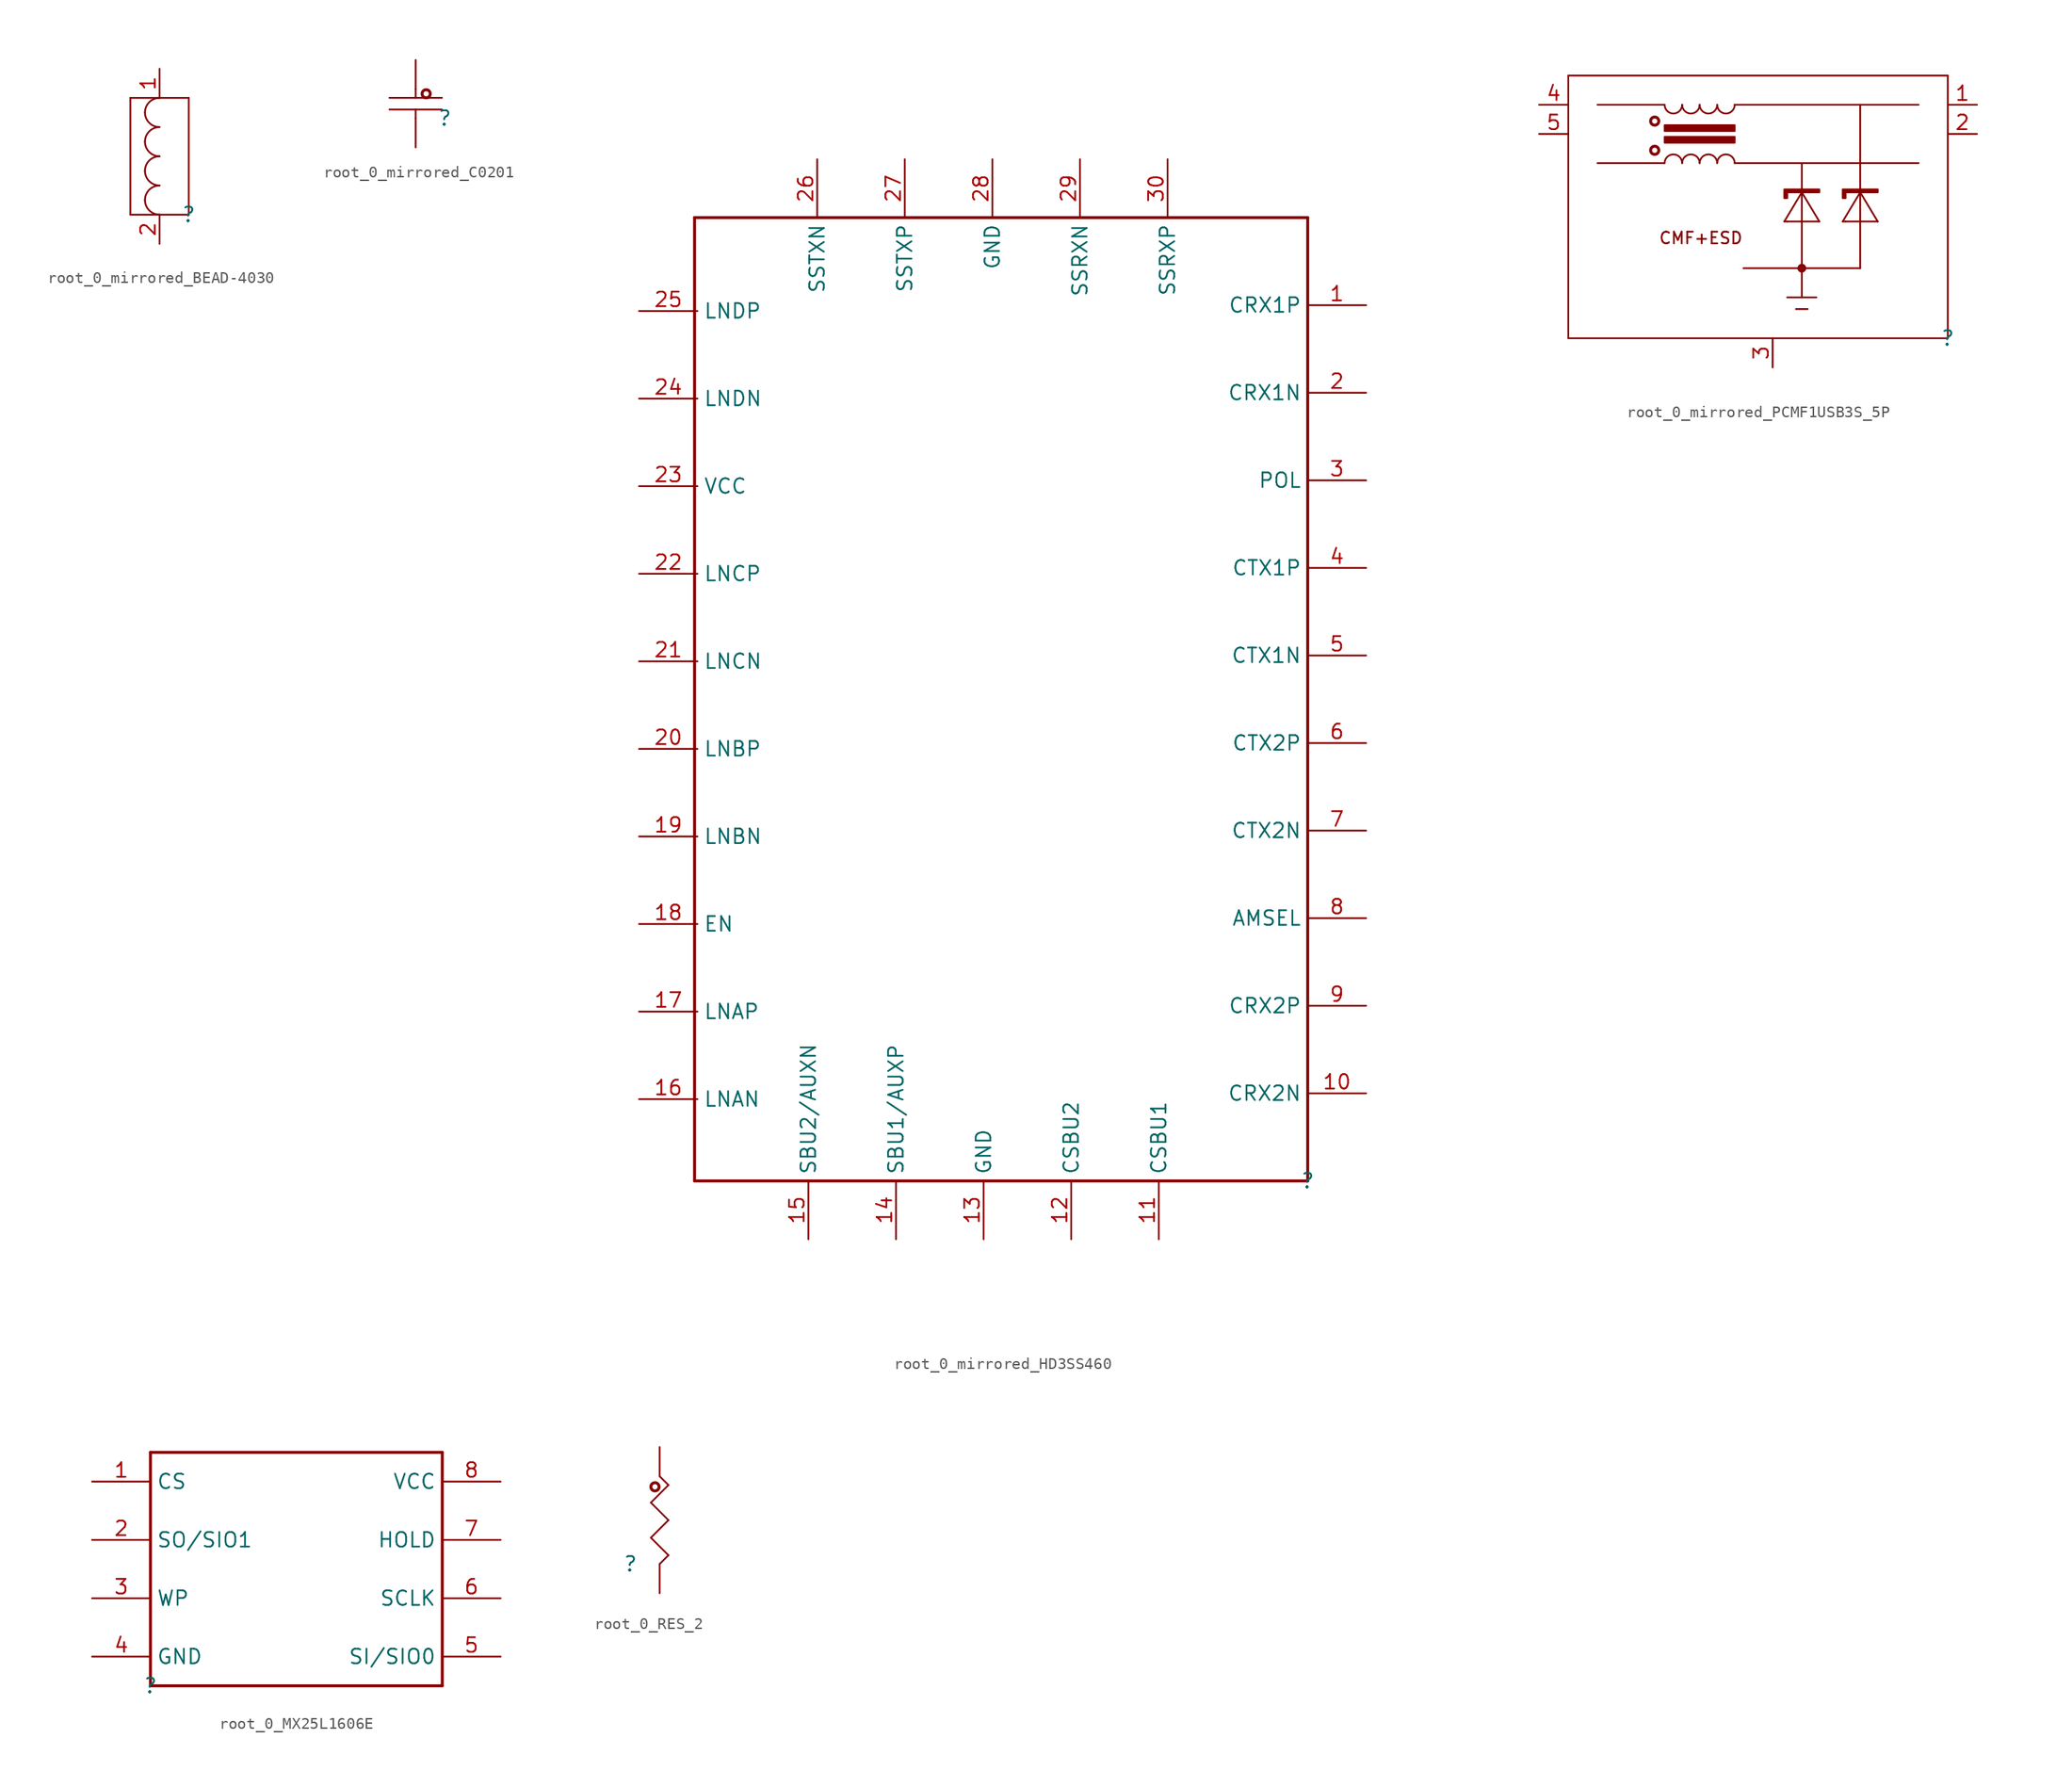
<source format=kicad_sym>
(kicad_symbol_lib
  (version 20220914)
  (generator kicad_symbol_editor)
  (symbol "root_0_mirrored_BEAD-4030"
    (property "Reference" ""
      (at 0 0 0)
      (effects (font (size 1.27 1.27))))
    (property "Value" ""
      (at 0 0 0)
      (effects (font (size 1.27 1.27))))
    (symbol "root_0_mirrored_BEAD-4030_1_0"
      (arc (start -3.81 1.27) (mid -3.438 0.372) (end -2.54 0) (stroke (width 0) (type solid)) (fill (type none)))
      (arc (start -3.81 3.81) (mid -3.438 2.912) (end -2.54 2.54) (stroke (width 0) (type solid)) (fill (type none)))
      (arc (start -3.81 6.35) (mid -3.438 5.452) (end -2.54 5.08) (stroke (width 0) (type solid)) (fill (type none)))
      (arc (start -3.81 8.89) (mid -3.438 7.992) (end -2.54 7.62) (stroke (width 0) (type solid)) (fill (type none)))
      (arc (start -2.54 2.54) (mid -3.438 2.168) (end -3.81 1.27) (stroke (width 0) (type solid)) (fill (type none)))
      (arc (start -2.54 5.08) (mid -3.438 4.708) (end -3.81 3.81) (stroke (width 0) (type solid)) (fill (type none)))
      (arc (start -2.54 7.62) (mid -3.438 7.248) (end -3.81 6.35) (stroke (width 0) (type solid)) (fill (type none)))
      (arc (start -2.54 10.16) (mid -3.438 9.788) (end -3.81 8.89) (stroke (width 0) (type solid)) (fill (type none)))
      (polyline (pts (xy -5.08 0) (xy 0 0)) (stroke (width 0) (type solid)) (fill (type none)))
      (polyline (pts (xy -5.08 10.16) (xy -5.08 0)) (stroke (width 0) (type solid)) (fill (type none)))
      (polyline (pts (xy 0 0) (xy 0 10.16)) (stroke (width 0) (type solid)) (fill (type none)))
      (polyline (pts (xy 0 10.16) (xy -5.08 10.16)) (stroke (width 0) (type solid)) (fill (type none)))
      (pin passive line (at -2.54 12.7 270) (length 2.54) (name "1" (effects (font (size 0 0)))) (number "1" (effects (font (size 1.27 1.27)))))
      (pin passive line (at -2.54 -2.54 90) (length 2.54) (name "2" (effects (font (size 0 0)))) (number "2" (effects (font (size 1.27 1.27)))))))
  (symbol "root_0_mirrored_C0201"
    (property "Reference" ""
      (at 0 0 0)
      (effects (font (size 1.27 1.27))))
    (property "Value" ""
      (at 0 0 0)
      (effects (font (size 1.27 1.27))))
    (symbol "root_0_mirrored_C0201_1_0"
      (circle (center -1.626 2.134) (radius 0.356) (stroke (width 0.254) (type solid)) (fill (type none)))
      (polyline (pts (xy -2.54 0) (xy -2.54 0.762)) (stroke (width 0) (type solid)) (fill (type none)))
      (polyline (pts (xy -2.54 2.54) (xy -2.54 1.778)) (stroke (width 0) (type solid)) (fill (type none)))
      (polyline (pts (xy -0.254 0.762) (xy -4.826 0.762)) (stroke (width 0) (type solid)) (fill (type none)))
      (polyline (pts (xy -0.254 1.778) (xy -4.826 1.778)) (stroke (width 0) (type solid)) (fill (type none)))
      (pin passive line (at -2.54 5.08 270) (length 2.54) (name "1" (effects (font (size 0 0)))) (number "1" (effects (font (size 0 0)))))
      (pin passive line (at -2.54 -2.54 90) (length 2.54) (name "2" (effects (font (size 0 0)))) (number "2" (effects (font (size 0 0)))))))
  (symbol "root_0_mirrored_HD3SS460"
    (property "Reference" ""
      (at 0 0 0)
      (effects (font (size 1.27 1.27))))
    (property "Value" ""
      (at 0 0 0)
      (effects (font (size 1.27 1.27))))
    (symbol "root_0_mirrored_HD3SS460_1_0"
      (polyline (pts (xy -53.34 0) (xy -53.34 83.82)) (stroke (width 0.254) (type solid)) (fill (type none)))
      (polyline (pts (xy -53.34 83.82) (xy 0 83.82)) (stroke (width 0.254) (type solid)) (fill (type none)))
      (polyline (pts (xy 0 0) (xy -53.34 0)) (stroke (width 0.254) (type solid)) (fill (type none)))
      (polyline (pts (xy 0 83.82) (xy 0 0)) (stroke (width 0.254) (type solid)) (fill (type none)))
      (pin passive line (at 5.08 76.2 180) (length 5.08) (name "CRX1P" (effects (font (size 1.27 1.27)))) (number "1" (effects (font (size 1.27 1.27)))))
      (pin passive line (at 5.08 7.62 180) (length 5.08) (name "CRX2N" (effects (font (size 1.27 1.27)))) (number "10" (effects (font (size 1.27 1.27)))))
      (pin passive line (at -12.954 -5.08 90) (length 5.08) (name "CSBU1" (effects (font (size 1.27 1.27)))) (number "11" (effects (font (size 1.27 1.27)))))
      (pin passive line (at -20.574 -5.08 90) (length 5.08) (name "CSBU2" (effects (font (size 1.27 1.27)))) (number "12" (effects (font (size 1.27 1.27)))))
      (pin passive line (at -28.194 -5.08 90) (length 5.08) (name "GND" (effects (font (size 1.27 1.27)))) (number "13" (effects (font (size 1.27 1.27)))))
      (pin passive line (at -35.814 -5.08 90) (length 5.08) (name "SBU1/AUXP" (effects (font (size 1.27 1.27)))) (number "14" (effects (font (size 1.27 1.27)))))
      (pin passive line (at -43.434 -5.08 90) (length 5.08) (name "SBU2/AUXN" (effects (font (size 1.27 1.27)))) (number "15" (effects (font (size 1.27 1.27)))))
      (pin passive line (at -58.166 7.112 0) (length 5.08) (name "LNAN" (effects (font (size 1.27 1.27)))) (number "16" (effects (font (size 1.27 1.27)))))
      (pin passive line (at -58.166 14.732 0) (length 5.08) (name "LNAP" (effects (font (size 1.27 1.27)))) (number "17" (effects (font (size 1.27 1.27)))))
      (pin passive line (at -58.166 22.352 0) (length 5.08) (name "EN" (effects (font (size 1.27 1.27)))) (number "18" (effects (font (size 1.27 1.27)))))
      (pin passive line (at -58.166 29.972 0) (length 5.08) (name "LNBN" (effects (font (size 1.27 1.27)))) (number "19" (effects (font (size 1.27 1.27)))))
      (pin passive line (at 5.08 68.58 180) (length 5.08) (name "CRX1N" (effects (font (size 1.27 1.27)))) (number "2" (effects (font (size 1.27 1.27)))))
      (pin passive line (at -58.166 37.592 0) (length 5.08) (name "LNBP" (effects (font (size 1.27 1.27)))) (number "20" (effects (font (size 1.27 1.27)))))
      (pin passive line (at -58.166 45.212 0) (length 5.08) (name "LNCN" (effects (font (size 1.27 1.27)))) (number "21" (effects (font (size 1.27 1.27)))))
      (pin passive line (at -58.166 52.832 0) (length 5.08) (name "LNCP" (effects (font (size 1.27 1.27)))) (number "22" (effects (font (size 1.27 1.27)))))
      (pin passive line (at -58.166 60.452 0) (length 5.08) (name "VCC" (effects (font (size 1.27 1.27)))) (number "23" (effects (font (size 1.27 1.27)))))
      (pin passive line (at -58.166 68.072 0) (length 5.08) (name "LNDN" (effects (font (size 1.27 1.27)))) (number "24" (effects (font (size 1.27 1.27)))))
      (pin passive line (at -58.166 75.692 0) (length 5.08) (name "LNDP" (effects (font (size 1.27 1.27)))) (number "25" (effects (font (size 1.27 1.27)))))
      (pin passive line (at -42.672 88.9 270) (length 5.08) (name "SSTXN" (effects (font (size 1.27 1.27)))) (number "26" (effects (font (size 1.27 1.27)))))
      (pin passive line (at -35.052 88.9 270) (length 5.08) (name "SSTXP" (effects (font (size 1.27 1.27)))) (number "27" (effects (font (size 1.27 1.27)))))
      (pin passive line (at -27.432 88.9 270) (length 5.08) (name "GND" (effects (font (size 1.27 1.27)))) (number "28" (effects (font (size 1.27 1.27)))))
      (pin passive line (at -19.812 88.9 270) (length 5.08) (name "SSRXN" (effects (font (size 1.27 1.27)))) (number "29" (effects (font (size 1.27 1.27)))))
      (pin passive line (at 5.08 60.96 180) (length 5.08) (name "POL" (effects (font (size 1.27 1.27)))) (number "3" (effects (font (size 1.27 1.27)))))
      (pin passive line (at -12.192 88.9 270) (length 5.08) (name "SSRXP" (effects (font (size 1.27 1.27)))) (number "30" (effects (font (size 1.27 1.27)))))
      (pin passive line (at 5.08 53.34 180) (length 5.08) (name "CTX1P" (effects (font (size 1.27 1.27)))) (number "4" (effects (font (size 1.27 1.27)))))
      (pin passive line (at 5.08 45.72 180) (length 5.08) (name "CTX1N" (effects (font (size 1.27 1.27)))) (number "5" (effects (font (size 1.27 1.27)))))
      (pin passive line (at 5.08 38.1 180) (length 5.08) (name "CTX2P" (effects (font (size 1.27 1.27)))) (number "6" (effects (font (size 1.27 1.27)))))
      (pin passive line (at 5.08 30.48 180) (length 5.08) (name "CTX2N" (effects (font (size 1.27 1.27)))) (number "7" (effects (font (size 1.27 1.27)))))
      (pin passive line (at 5.08 22.86 180) (length 5.08) (name "AMSEL" (effects (font (size 1.27 1.27)))) (number "8" (effects (font (size 1.27 1.27)))))
      (pin passive line (at 5.08 15.24 180) (length 5.08) (name "CRX2P" (effects (font (size 1.27 1.27)))) (number "9" (effects (font (size 1.27 1.27)))))))
  (symbol "root_0_mirrored_PCMF1USB3S_5P"
    (property "Reference" ""
      (at 0 0 0)
      (effects (font (size 1.27 1.27))))
    (property "Value" ""
      (at 0 0 0)
      (effects (font (size 1.27 1.27))))
    (symbol "root_0_mirrored_PCMF1USB3S_5P_1_0"
      (circle (center -25.502 16.358) (radius 0.356) (stroke (width 0.254) (type solid)) (fill (type none)))
      (circle (center -25.502 18.898) (radius 0.356) (stroke (width 0.254) (type solid)) (fill (type none)))
      (arc (start -24.638 20.32) (mid -23.876 19.558) (end -23.114 20.32) (stroke (width 0) (type solid)) (fill (type none)))
      (arc (start -23.114 15.24) (mid -23.876 16.002) (end -24.638 15.24) (stroke (width 0) (type solid)) (fill (type none)))
      (arc (start -23.114 20.32) (mid -22.352 19.558) (end -21.59 20.32) (stroke (width 0) (type solid)) (fill (type none)))
      (arc (start -21.59 15.24) (mid -22.352 16.002) (end -23.114 15.24) (stroke (width 0) (type solid)) (fill (type none)))
      (arc (start -21.59 20.32) (mid -20.828 19.558) (end -20.066 20.32) (stroke (width 0) (type solid)) (fill (type none)))
      (arc (start -20.066 15.24) (mid -20.828 16.002) (end -21.59 15.24) (stroke (width 0) (type solid)) (fill (type none)))
      (arc (start -20.066 20.32) (mid -19.304 19.558) (end -18.542 20.32) (stroke (width 0) (type solid)) (fill (type none)))
      (arc (start -18.542 15.24) (mid -19.304 16.002) (end -20.066 15.24) (stroke (width 0) (type solid)) (fill (type none)))
      (circle (center -12.7 6.096) (radius 0.254) (stroke (width 0.254) (type solid)) (fill (type none)))
      (polyline (pts (xy -33.02 0) (xy 0 0)) (stroke (width 0) (type solid)) (fill (type none)))
      (polyline (pts (xy -33.02 22.86) (xy -33.02 0)) (stroke (width 0) (type solid)) (fill (type none)))
      (polyline (pts (xy -24.638 15.24) (xy -30.48 15.24)) (stroke (width 0) (type solid)) (fill (type none)))
      (polyline (pts (xy -24.638 20.32) (xy -30.48 20.32)) (stroke (width 0) (type solid)) (fill (type none)))
      (polyline (pts (xy -18.542 15.24) (xy -2.54 15.24)) (stroke (width 0) (type solid)) (fill (type none)))
      (polyline (pts (xy -18.542 20.32) (xy -2.54 20.32)) (stroke (width 0) (type solid)) (fill (type none)))
      (polyline (pts (xy -14.224 10.16) (xy -12.7 12.7)) (stroke (width 0) (type solid)) (fill (type none)))
      (polyline (pts (xy -13.97 10.16) (xy -14.224 10.16)) (stroke (width 0) (type solid)) (fill (type none)))
      (polyline (pts (xy -12.7 3.556) (xy -12.7 15.24)) (stroke (width 0) (type solid)) (fill (type none)))
      (polyline (pts (xy -12.7 12.7) (xy -12.7 12.7)) (stroke (width 0) (type solid)) (fill (type none)))
      (polyline (pts (xy -12.7 12.7) (xy -11.176 10.16)) (stroke (width 0) (type solid)) (fill (type none)))
      (polyline (pts (xy -12.192 2.54) (xy -13.208 2.54)) (stroke (width 0) (type solid)) (fill (type none)))
      (polyline (pts (xy -11.43 3.556) (xy -13.97 3.556)) (stroke (width 0) (type solid)) (fill (type none)))
      (polyline (pts (xy -11.176 10.16) (xy -13.97 10.16)) (stroke (width 0) (type solid)) (fill (type none)))
      (polyline (pts (xy -9.144 10.16) (xy -7.62 12.7)) (stroke (width 0) (type solid)) (fill (type none)))
      (polyline (pts (xy -8.89 10.16) (xy -9.144 10.16)) (stroke (width 0) (type solid)) (fill (type none)))
      (polyline (pts (xy -7.62 6.096) (xy -17.78 6.096)) (stroke (width 0) (type solid)) (fill (type none)))
      (polyline (pts (xy -7.62 6.096) (xy -7.62 20.32)) (stroke (width 0) (type solid)) (fill (type none)))
      (polyline (pts (xy -7.62 12.7) (xy -7.62 12.7)) (stroke (width 0) (type solid)) (fill (type none)))
      (polyline (pts (xy -7.62 12.7) (xy -6.096 10.16)) (stroke (width 0) (type solid)) (fill (type none)))
      (polyline (pts (xy -6.096 10.16) (xy -8.89 10.16)) (stroke (width 0) (type solid)) (fill (type none)))
      (polyline (pts (xy 0 0) (xy 0 22.86)) (stroke (width 0) (type solid)) (fill (type none)))
      (polyline (pts (xy 0 22.86) (xy -33.02 22.86)) (stroke (width 0) (type solid)) (fill (type none)))
      (polyline (pts (xy -18.542 17.018) (xy -18.542 17.526) (xy -24.638 17.526) (xy -24.638 17.018) (xy -18.542 17.018) (xy -18.542 17.018)) (stroke (width 0) (type solid)) (fill (type outline)))
      (polyline (pts (xy -18.542 18.034) (xy -18.542 18.542) (xy -24.638 18.542) (xy -24.638 18.034) (xy -18.542 18.034) (xy -18.542 18.034)) (stroke (width 0) (type solid)) (fill (type outline)))
      (polyline (pts (xy -11.176 12.7) (xy -11.176 12.7) (xy -13.97 12.7) (xy -13.97 12.192) (xy -14.224 12.192) (xy -14.224 12.954) (xy -11.176 12.954) (xy -11.176 12.7) (xy -11.176 12.7)) (stroke (width 0) (type solid)) (fill (type outline)))
      (polyline (pts (xy -6.096 12.7) (xy -6.096 12.7) (xy -8.89 12.7) (xy -8.89 12.192) (xy -9.144 12.192) (xy -9.144 12.954) (xy -6.096 12.954) (xy -6.096 12.7) (xy -6.096 12.7)) (stroke (width 0) (type solid)) (fill (type outline)))
      (text "CMF+ESD" (at -17.78 8.128 0) (effects (font (size 1.016 1.016)) (justify right bottom)))
      (pin passive line (at 2.54 20.32 180) (length 2.54) (name "1" (effects (font (size 0 0)))) (number "1" (effects (font (size 1.27 1.27)))))
      (pin passive line (at 2.54 17.78 180) (length 2.54) (name "2" (effects (font (size 0 0)))) (number "2" (effects (font (size 1.27 1.27)))))
      (pin passive line (at -15.24 -2.54 90) (length 2.54) (name "3" (effects (font (size 0 0)))) (number "3" (effects (font (size 1.27 1.27)))))
      (pin passive line (at -35.56 20.32 0) (length 2.54) (name "4" (effects (font (size 0 0)))) (number "4" (effects (font (size 1.27 1.27)))))
      (pin passive line (at -35.56 17.78 0) (length 2.54) (name "5" (effects (font (size 0 0)))) (number "5" (effects (font (size 1.27 1.27)))))))
  (symbol "root_0_MX25L1606E"
    (property "Reference" ""
      (at 0 0 0)
      (effects (font (size 1.27 1.27))))
    (property "Value" ""
      (at 0 0 0)
      (effects (font (size 1.27 1.27))))
    (symbol "root_0_MX25L1606E_1_0"
      (polyline (pts (xy 0 0) (xy 0 20.32)) (stroke (width 0.254) (type solid)) (fill (type none)))
      (polyline (pts (xy 0 20.32) (xy 25.4 20.32)) (stroke (width 0.254) (type solid)) (fill (type none)))
      (polyline (pts (xy 25.4 0) (xy 0 0)) (stroke (width 0.254) (type solid)) (fill (type none)))
      (polyline (pts (xy 25.4 20.32) (xy 25.4 0)) (stroke (width 0.254) (type solid)) (fill (type none)))
      (pin passive line (at -5.08 17.78 0) (length 5.08) (name "CS" (effects (font (size 1.27 1.27)))) (number "1" (effects (font (size 1.27 1.27)))))
      (pin passive line (at -5.08 12.7 0) (length 5.08) (name "SO/SIO1" (effects (font (size 1.27 1.27)))) (number "2" (effects (font (size 1.27 1.27)))))
      (pin passive line (at -5.08 7.62 0) (length 5.08) (name "WP" (effects (font (size 1.27 1.27)))) (number "3" (effects (font (size 1.27 1.27)))))
      (pin passive line (at -5.08 2.54 0) (length 5.08) (name "GND" (effects (font (size 1.27 1.27)))) (number "4" (effects (font (size 1.27 1.27)))))
      (pin passive line (at 30.48 2.54 180) (length 5.08) (name "SI/SIO0" (effects (font (size 1.27 1.27)))) (number "5" (effects (font (size 1.27 1.27)))))
      (pin passive line (at 30.48 7.62 180) (length 5.08) (name "SCLK" (effects (font (size 1.27 1.27)))) (number "6" (effects (font (size 1.27 1.27)))))
      (pin passive line (at 30.48 12.7 180) (length 5.08) (name "HOLD" (effects (font (size 1.27 1.27)))) (number "7" (effects (font (size 1.27 1.27)))))
      (pin passive line (at 30.48 17.78 180) (length 5.08) (name "VCC" (effects (font (size 1.27 1.27)))) (number "8" (effects (font (size 1.27 1.27)))))))
  (symbol "root_0_RES_2"
    (property "Reference" ""
      (at 0 0 0)
      (effects (font (size 1.27 1.27))))
    (property "Value" ""
      (at 0 0 0)
      (effects (font (size 1.27 1.27))))
    (symbol "root_0_RES_2_1_0"
      (polyline (pts (xy 1.778 2.286) (xy 3.302 0.762)) (stroke (width 0) (type solid)) (fill (type none)))
      (polyline (pts (xy 1.778 5.334) (xy 3.302 3.81)) (stroke (width 0) (type solid)) (fill (type none)))
      (polyline (pts (xy 2.54 7.62) (xy 3.302 6.858)) (stroke (width 0) (type solid)) (fill (type none)))
      (polyline (pts (xy 3.302 0.762) (xy 2.54 0)) (stroke (width 0) (type solid)) (fill (type none)))
      (polyline (pts (xy 3.302 3.81) (xy 1.778 2.286)) (stroke (width 0) (type solid)) (fill (type none)))
      (polyline (pts (xy 3.302 6.858) (xy 1.778 5.334)) (stroke (width 0) (type solid)) (fill (type none)))
      (circle (center 2.134 6.706) (radius 0.356) (stroke (width 0.254) (type solid)) (fill (type none)))
      (pin passive line (at 2.54 10.16 270) (length 2.54) (name "1" (effects (font (size 0 0)))) (number "1" (effects (font (size 0 0)))))
      (pin passive line (at 2.54 -2.54 90) (length 2.54) (name "2" (effects (font (size 0 0)))) (number "2" (effects (font (size 0 0))))))))
</source>
